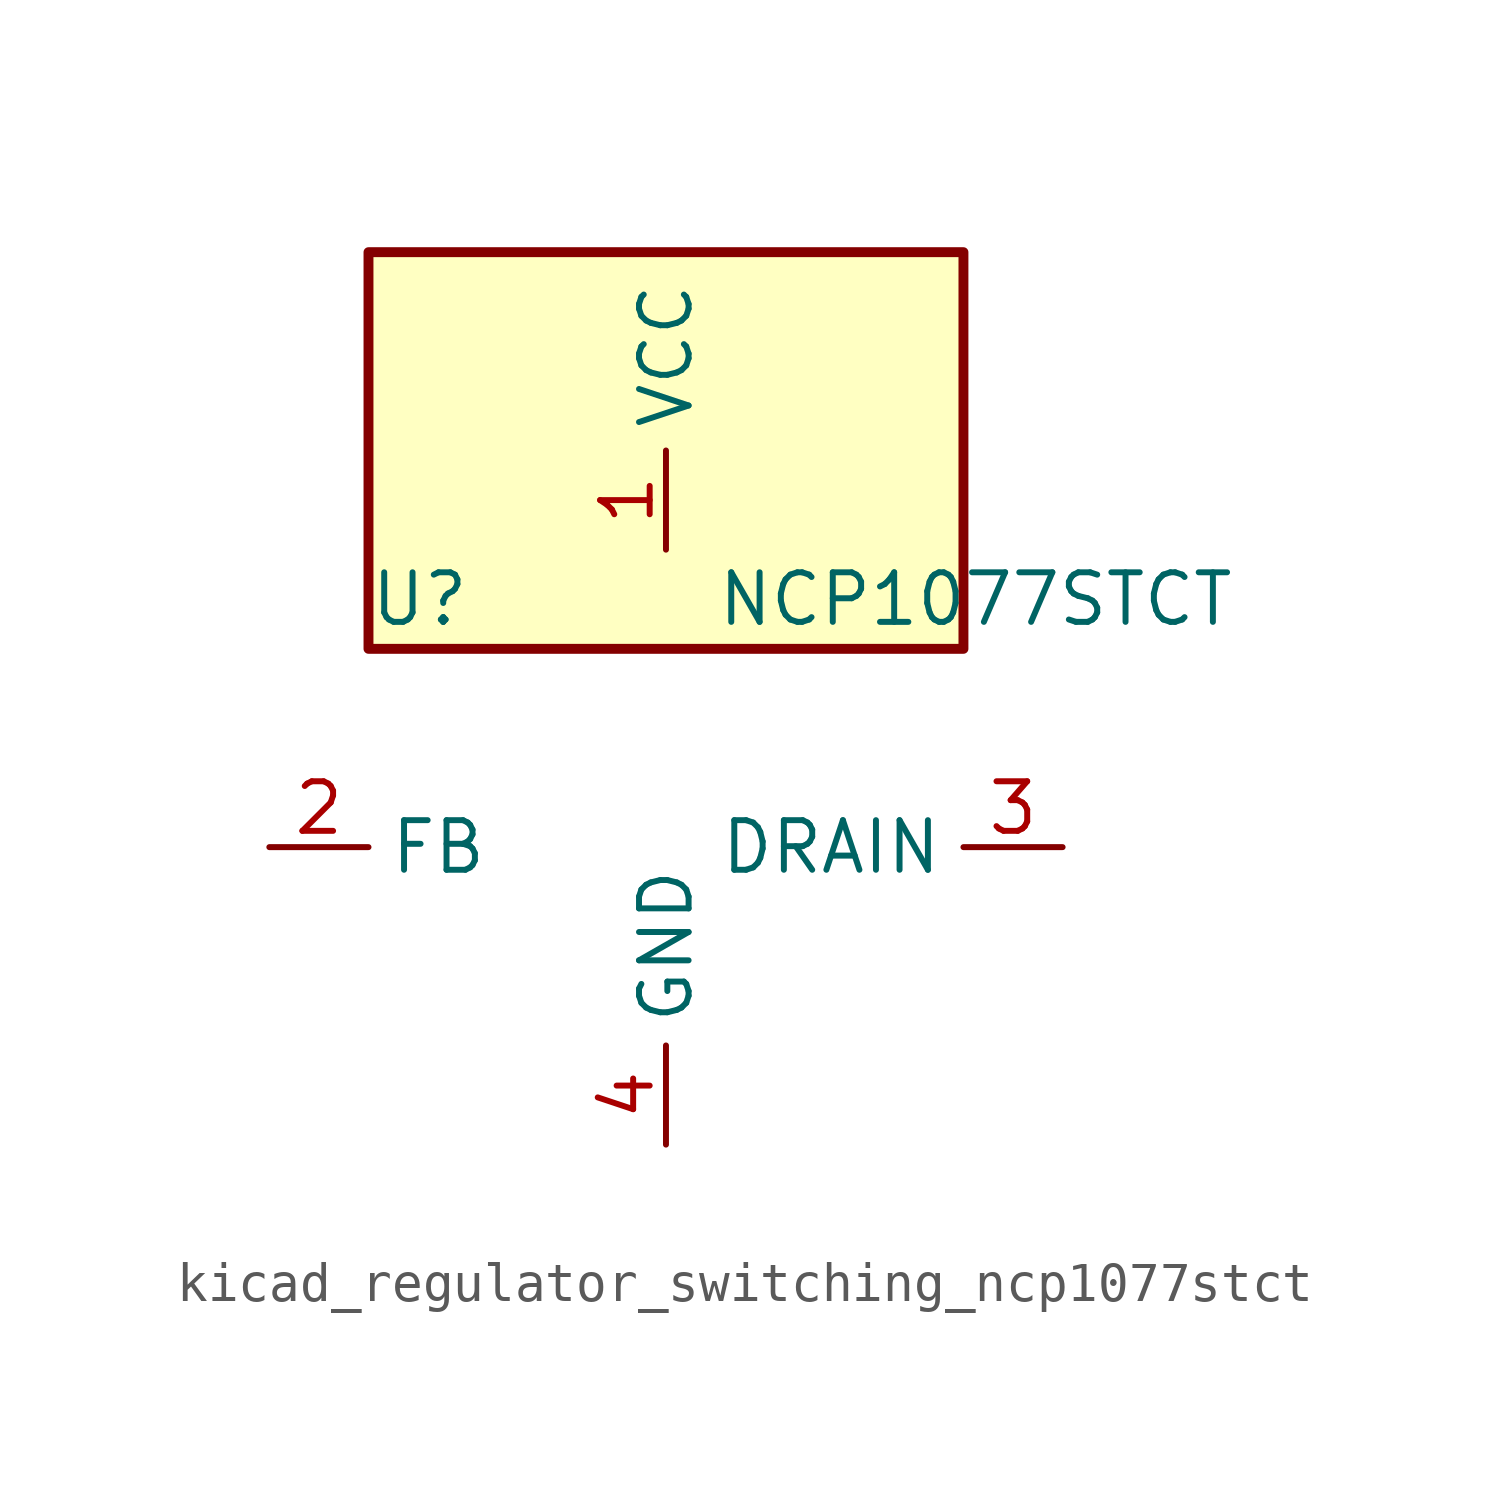
<source format=kicad_sym>
(kicad_symbol_lib
  (version 20220914)
  (generator kicad_symbol_editor)
  (symbol "kicad_regulator_switching_ncp1077stct"
    (property "Reference" "U"
      (at -7.62 6.35 0)
      (effects (font (size 1.27 1.27)) (justify left)))
    (property "Value" "NCP1077STCT"
      (at 1.27 6.35 0)
      (effects (font (size 1.27 1.27)) (justify left)))
    (symbol "kicad_regulator_switching_ncp1077stct_0_1"
      (rectangle (start 7.62 15.24) (end -7.62 5.08) (stroke (width 0.254) (type default)) (fill (type background))))
    (symbol "kicad_regulator_switching_ncp1077stct_1_1"
      (pin power_in line (at 0 7.62 90) (length 2.54) (name "VCC" (effects (font (size 1.27 1.27)))) (number "1" (effects (font (size 1.27 1.27)))))
      (pin input line (at -10.16 0 0) (length 2.54) (name "FB" (effects (font (size 1.27 1.27)))) (number "2" (effects (font (size 1.27 1.27)))))
      (pin open_collector line (at 10.16 0 180) (length 2.54) (name "DRAIN" (effects (font (size 1.27 1.27)))) (number "3" (effects (font (size 1.27 1.27)))))
      (pin power_in line (at 0 -7.62 90) (length 2.54) (name "GND" (effects (font (size 1.27 1.27)))) (number "4" (effects (font (size 1.27 1.27))))))))
</source>
